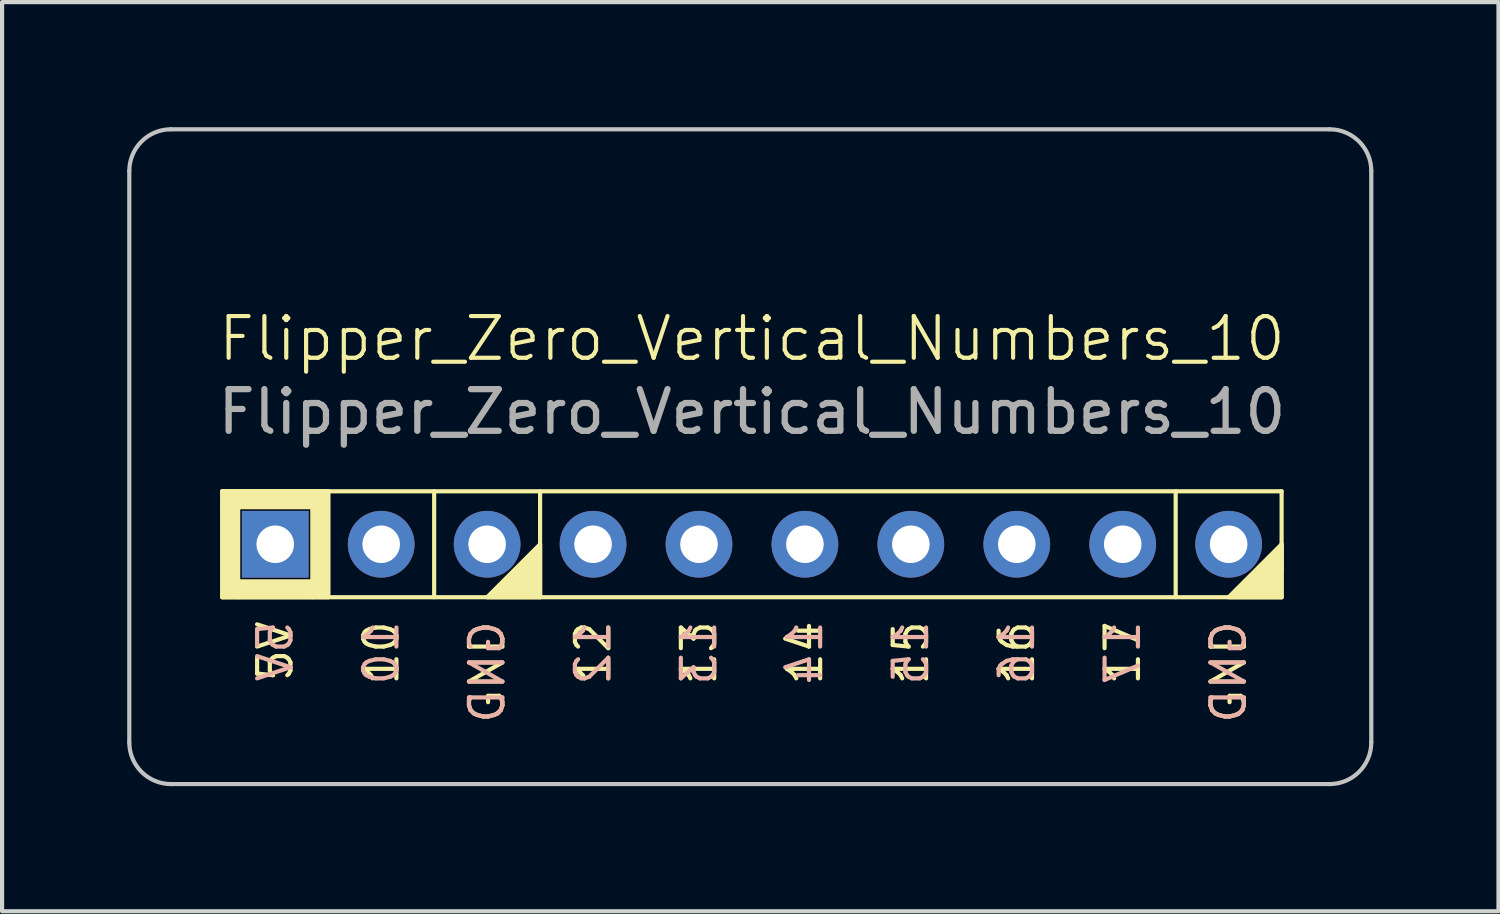
<source format=kicad_pcb>
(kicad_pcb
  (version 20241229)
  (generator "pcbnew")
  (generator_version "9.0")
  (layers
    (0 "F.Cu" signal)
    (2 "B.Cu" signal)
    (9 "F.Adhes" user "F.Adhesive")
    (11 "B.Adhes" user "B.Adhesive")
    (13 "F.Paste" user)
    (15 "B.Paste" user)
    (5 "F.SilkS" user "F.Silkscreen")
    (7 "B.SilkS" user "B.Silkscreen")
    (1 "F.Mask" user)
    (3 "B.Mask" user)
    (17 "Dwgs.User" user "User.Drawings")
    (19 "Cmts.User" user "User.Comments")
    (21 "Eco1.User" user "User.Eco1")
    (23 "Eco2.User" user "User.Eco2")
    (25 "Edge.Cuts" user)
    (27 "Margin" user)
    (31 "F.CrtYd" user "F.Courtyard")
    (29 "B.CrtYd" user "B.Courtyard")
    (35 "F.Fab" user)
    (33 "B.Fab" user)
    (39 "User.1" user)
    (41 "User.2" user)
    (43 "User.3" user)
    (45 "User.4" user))
  (footprint "Flipper_Zero_Vertical_Numbers_10"
    (layer "F.Cu")
    (at 3.55 10)
    (property "Reference" "Flipper_Zero_Vertical_Numbers_10" (at 11.43 -4.929 0) (unlocked yes) (layer "F.SilkS") (effects (font (size 1 1) (thickness 0.1))))
    (attr through_hole)
    (fp_line (start -1.27 -1.27) (end 1.27 -1.27) (stroke (width 0.1) (type default)) (layer "F.SilkS"))
    (fp_line (start -1.27 -1.27) (end 24.13 -1.27) (stroke (width 0.1) (type default)) (layer "F.SilkS"))
    (fp_line (start -1.27 1.27) (end -1.27 -1.27) (stroke (width 0.1) (type default)) (layer "F.SilkS"))
    (fp_line (start 1.27 -1.27) (end 1.27 1.27) (stroke (width 0.1) (type default)) (layer "F.SilkS"))
    (fp_line (start 3.81 -1.27) (end 3.81 1.27) (stroke (width 0.1) (type default)) (layer "F.SilkS"))
    (fp_line (start 6.35 -1.27) (end 6.35 1.27) (stroke (width 0.1) (type default)) (layer "F.SilkS"))
    (fp_line (start 21.59 -1.27) (end 21.59 1.27) (stroke (width 0.1) (type default)) (layer "F.SilkS"))
    (fp_line (start 24.13 -1.27) (end 24.13 1.27) (stroke (width 0.1) (type default)) (layer "F.SilkS"))
    (fp_line (start 24.13 0) (end 24.13 0.635) (stroke (width 0.1) (type default)) (layer "F.SilkS"))
    (fp_line (start 24.13 1.27) (end -1.27 1.27) (stroke (width 0.1) (type default)) (layer "F.SilkS"))
    (fp_rect (start -1.27 -1.27) (end 0.889 -0.889) (stroke (width 0.1) (type solid)) (fill yes) (layer "F.SilkS"))
    (fp_rect (start -1.27 -0.889) (end -0.889 1.27) (stroke (width 0.1) (type solid)) (fill yes) (layer "F.SilkS"))
    (fp_rect (start -0.889 0.889) (end 0.889 1.27) (stroke (width 0.1) (type solid)) (fill yes) (layer "F.SilkS"))
    (fp_rect (start 0.889 -1.27) (end 1.27 1.27) (stroke (width 0.1) (type solid)) (fill yes) (layer "F.SilkS"))
    (fp_poly (pts (xy 6.35 0) (xy 5.08 1.27) (xy 6.35 1.27)) (stroke (width 0.1) (type solid)) (fill yes) (layer "F.SilkS"))
    (fp_poly (pts (xy 24.13 0) (xy 22.86 1.27) (xy 24.13 1.27)) (stroke (width 0.1) (type solid)) (fill yes) (layer "F.SilkS"))
    (fp_line (start -3.5 4.75) (end -3.5 -8.95) (stroke (width 0.1) (type default)) (layer "Dwgs.User"))
    (fp_line (start -2.5 -9.95) (end 25.28 -9.95) (stroke (width 0.1) (type default)) (layer "Dwgs.User"))
    (fp_line (start -2.5 5.75) (end 25.28 5.75) (stroke (width 0.1) (type default)) (layer "Dwgs.User"))
    (fp_line (start 26.28 4.75) (end 26.28 -8.95) (stroke (width 0.1) (type default)) (layer "Dwgs.User"))
    (fp_arc (start -3.5 -8.95) (mid -3.207107 -9.657106) (end -2.5 -9.95) (stroke (width 0.1) (type default)) (layer "Dwgs.User"))
    (fp_arc (start -2.5 5.75) (mid -3.207106 5.457107) (end -3.5 4.75) (stroke (width 0.1) (type default)) (layer "Dwgs.User"))
    (fp_arc (start 25.28 -9.95) (mid 25.987107 -9.657107) (end 26.28 -8.95) (stroke (width 0.1) (type default)) (layer "Dwgs.User"))
    (fp_arc (start 26.28 4.75) (mid 25.987107 5.457107) (end 25.28 5.75) (stroke (width 0.1) (type default)) (layer "Dwgs.User"))
    (fp_text user "16" (at 17.78 1.778 90) (unlocked yes) (layer "F.SilkS") (effects (font (size 0.8 0.8) (thickness 0.1)) (justify right)))
    (fp_text user "15" (at 15.24 1.778 90) (unlocked yes) (layer "F.SilkS") (effects (font (size 0.8 0.8) (thickness 0.1)) (justify right)))
    (fp_text user "13" (at 10.16 1.778 90) (unlocked yes) (layer "F.SilkS") (effects (font (size 0.8 0.8) (thickness 0.1)) (justify right)))
    (fp_text user "GND" (at 22.86 1.778 90) (unlocked yes) (layer "F.SilkS") (effects (font (size 0.8 0.8) (thickness 0.1)) (justify right)))
    (fp_text user "5V" (at 0 1.778 90) (unlocked yes) (layer "F.SilkS") (effects (font (size 0.8 0.8) (thickness 0.1)) (justify right)))
    (fp_text user "GND" (at 5.08 1.778 90) (unlocked yes) (layer "F.SilkS") (effects (font (size 0.8 0.8) (thickness 0.1)) (justify right)))
    (fp_text user "12" (at 7.62 1.778 90) (unlocked yes) (layer "F.SilkS") (effects (font (size 0.8 0.8) (thickness 0.1)) (justify right)))
    (fp_text user "17" (at 20.32 1.778 90) (unlocked yes) (layer "F.SilkS") (effects (font (size 0.8 0.8) (thickness 0.1)) (justify right)))
    (fp_text user "14" (at 12.7 1.778 90) (unlocked yes) (layer "F.SilkS") (effects (font (size 0.8 0.8) (thickness 0.1)) (justify right)))
    (fp_text user "10" (at 2.54 1.778 90) (unlocked yes) (layer "F.SilkS") (effects (font (size 0.8 0.8) (thickness 0.1)) (justify right)))
    (fp_text user "16" (at 17.78 1.778 90) (unlocked yes) (layer "B.SilkS") (effects (font (size 0.8 0.8) (thickness 0.1)) (justify left mirror)))
    (fp_text user "GND" (at 22.86 1.778 90) (unlocked yes) (layer "B.SilkS") (effects (font (size 0.8 0.8) (thickness 0.1)) (justify left mirror)))
    (fp_text user "10" (at 2.54 1.778 90) (unlocked yes) (layer "B.SilkS") (effects (font (size 0.8 0.8) (thickness 0.1)) (justify left mirror)))
    (fp_text user "GND" (at 5.08 1.778 90) (unlocked yes) (layer "B.SilkS") (effects (font (size 0.8 0.8) (thickness 0.1)) (justify left mirror)))
    (fp_text user "17" (at 20.32 1.778 90) (unlocked yes) (layer "B.SilkS") (effects (font (size 0.8 0.8) (thickness 0.1)) (justify left mirror)))
    (fp_text user "12" (at 7.62 1.778 90) (unlocked yes) (layer "B.SilkS") (effects (font (size 0.8 0.8) (thickness 0.1)) (justify left mirror)))
    (fp_text user "15" (at 15.24 1.778 90) (unlocked yes) (layer "B.SilkS") (effects (font (size 0.8 0.8) (thickness 0.1)) (justify left mirror)))
    (fp_text user "14" (at 12.7 1.778 90) (unlocked yes) (layer "B.SilkS") (effects (font (size 0.8 0.8) (thickness 0.1)) (justify left mirror)))
    (fp_text user "5V" (at 0 1.778 90) (unlocked yes) (layer "B.SilkS") (effects (font (size 0.8 0.8) (thickness 0.1)) (justify left mirror)))
    (fp_text user "13" (at 10.16 1.778 90) (unlocked yes) (layer "B.SilkS") (effects (font (size 0.8 0.8) (thickness 0.1)) (justify left mirror)))
    (fp_text user "${REFERENCE}" (at 11.43 -3.175 0) (unlocked yes) (layer "F.Fab") (effects (font (size 1 1) (thickness 0.15))))
    (pad "9" thru_hole rect (at 0 0) (size 1.6 1.6) (drill 0.9) (layers "*.Cu" "*.Mask"))
    (pad "10" thru_hole circle (at 2.54 0) (size 1.6 1.6) (drill 0.9) (layers "*.Cu" "*.Mask"))
    (pad "11" thru_hole circle (at 5.08 0) (size 1.6 1.6) (drill 0.9) (layers "*.Cu" "*.Mask"))
    (pad "12" thru_hole circle (at 7.62 0) (size 1.6 1.6) (drill 0.9) (layers "*.Cu" "*.Mask"))
    (pad "13" thru_hole circle (at 10.16 0) (size 1.6 1.6) (drill 0.9) (layers "*.Cu" "*.Mask"))
    (pad "14" thru_hole circle (at 12.7 0) (size 1.6 1.6) (drill 0.9) (layers "*.Cu" "*.Mask"))
    (pad "15" thru_hole circle (at 15.24 0) (size 1.6 1.6) (drill 0.9) (layers "*.Cu" "*.Mask"))
    (pad "16" thru_hole circle (at 17.78 0) (size 1.6 1.6) (drill 0.9) (layers "*.Cu" "*.Mask"))
    (pad "17" thru_hole circle (at 20.32 0) (size 1.6 1.6) (drill 0.9) (layers "*.Cu" "*.Mask"))
    (pad "18" thru_hole circle (at 22.86 0) (size 1.6 1.6) (drill 0.9) (layers "*.Cu" "*.Mask")))
  (gr_rect
    (start -3 -3)
    (end 32.88 18.8)
    (stroke (width 0.1) (type default))
    (fill no)
    (layer "Edge.Cuts")))
</source>
